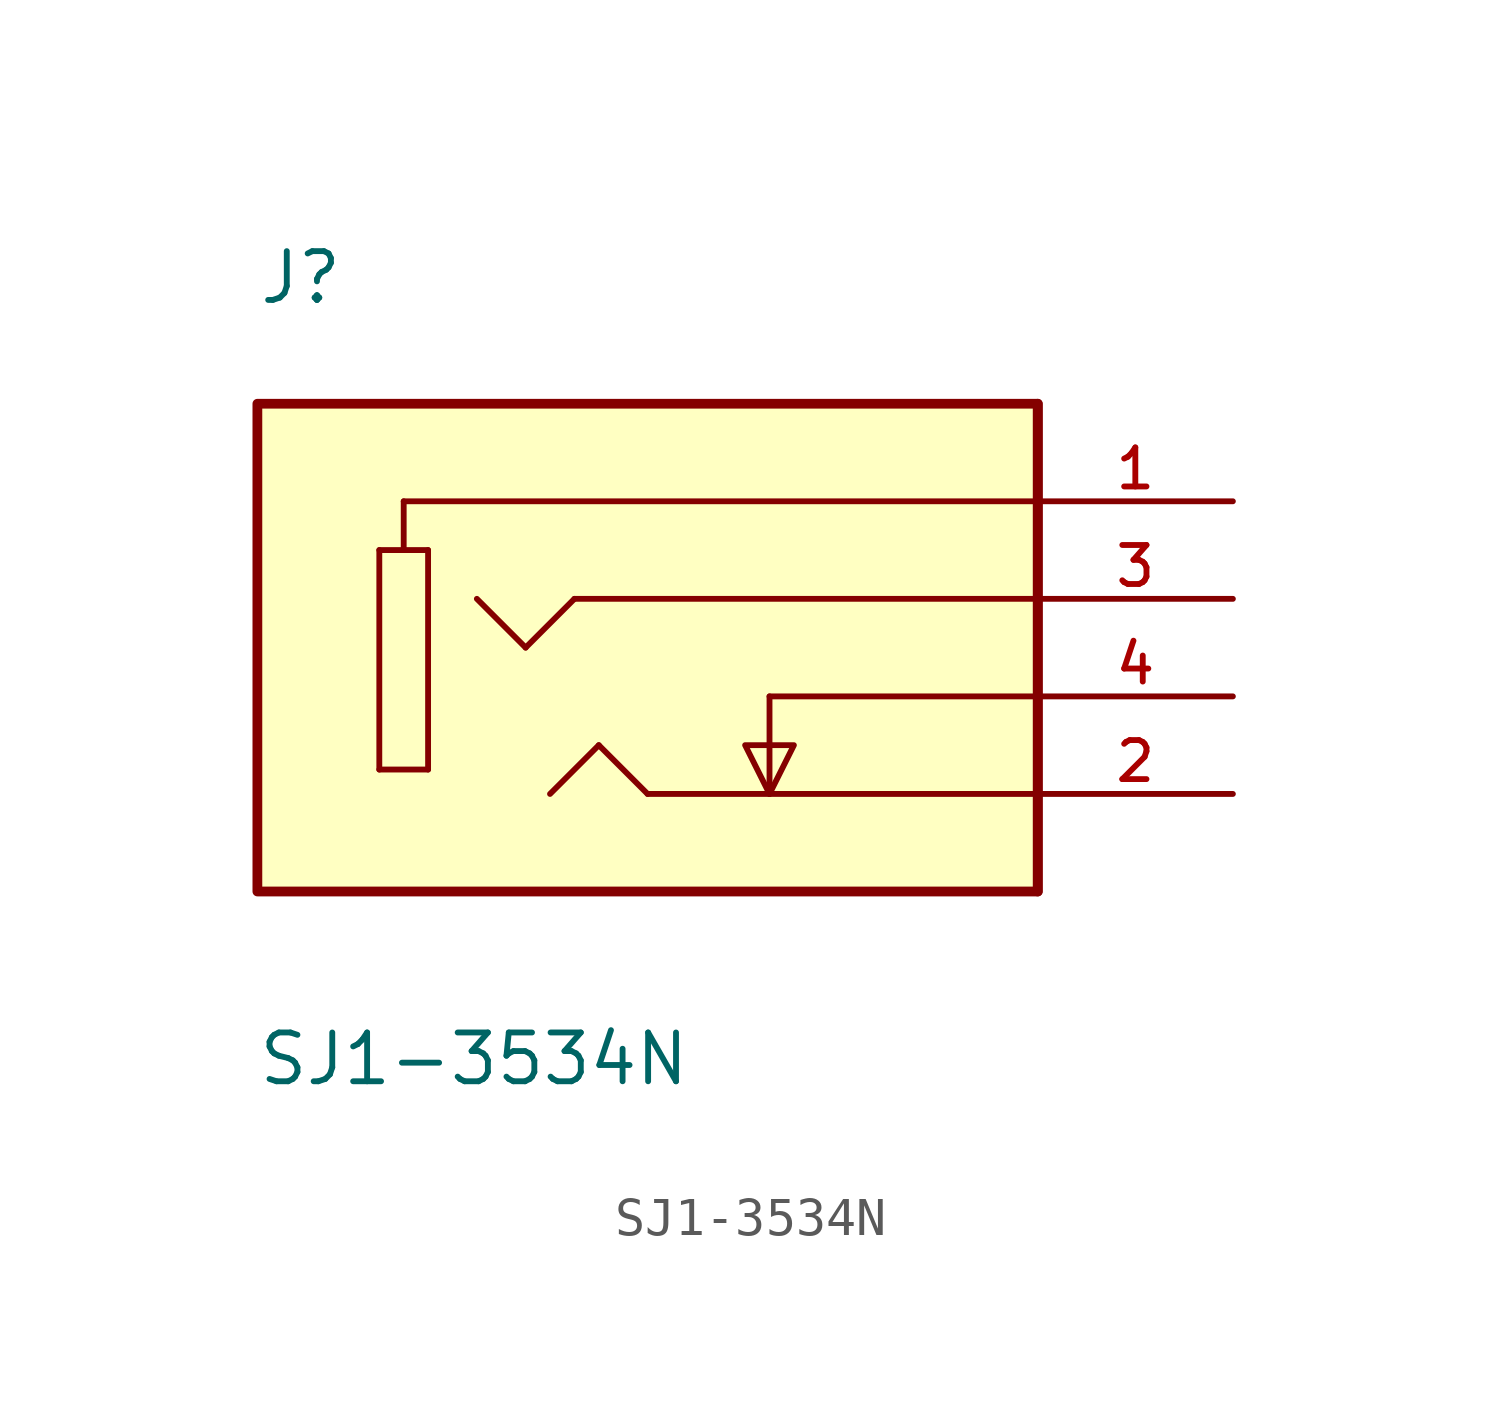
<source format=kicad_sym>
(kicad_symbol_lib
  (version 20211014)
  (generator kicad_symbol_editor)
  (symbol "SJ1-3534N"
    (pin_names
      (offset 1.016) hide)
    (property "Reference" "J"
      (at -10.16 7.62 0)
      (effects (font (size 1.27 1.27)) (justify left bottom)))
    (property "Value" "SJ1-3534N"
      (at -10.185 -12.725 0)
      (effects (font (size 1.27 1.27)) (justify left bottom)))
    (property "ki_locked" ""
      (at 0 0 0)
      (effects (font (size 1.27 1.27))))
    (symbol "SJ1-3534N_0_0"
      (rectangle (start -10.16 -7.62) (end 10.16 5.08) (stroke (width 0.254) (type default) (color 0 0 0 0)) (fill (type background)))
      (polyline (pts (xy -6.985 -4.445) (xy -6.985 1.27)) (stroke (width 0.152) (type default) (color 0 0 0 0)) (fill (type none)))
      (polyline (pts (xy -6.985 1.27) (xy -6.35 1.27)) (stroke (width 0.152) (type default) (color 0 0 0 0)) (fill (type none)))
      (polyline (pts (xy -6.35 1.27) (xy -5.715 1.27)) (stroke (width 0.152) (type default) (color 0 0 0 0)) (fill (type none)))
      (polyline (pts (xy -6.35 2.54) (xy -6.35 1.27)) (stroke (width 0.152) (type default) (color 0 0 0 0)) (fill (type none)))
      (polyline (pts (xy -5.715 -4.445) (xy -6.985 -4.445)) (stroke (width 0.152) (type default) (color 0 0 0 0)) (fill (type none)))
      (polyline (pts (xy -5.715 1.27) (xy -5.715 -4.445)) (stroke (width 0.152) (type default) (color 0 0 0 0)) (fill (type none)))
      (polyline (pts (xy -3.175 -1.27) (xy -4.445 0)) (stroke (width 0.152) (type default) (color 0 0 0 0)) (fill (type none)))
      (polyline (pts (xy -1.905 0) (xy -3.175 -1.27)) (stroke (width 0.152) (type default) (color 0 0 0 0)) (fill (type none)))
      (polyline (pts (xy -1.27 -3.81) (xy -2.54 -5.08)) (stroke (width 0.152) (type default) (color 0 0 0 0)) (fill (type none)))
      (polyline (pts (xy 0 -5.08) (xy -1.27 -3.81)) (stroke (width 0.152) (type default) (color 0 0 0 0)) (fill (type none)))
      (polyline (pts (xy 3.175 -5.08) (xy 0 -5.08)) (stroke (width 0.152) (type default) (color 0 0 0 0)) (fill (type none)))
      (polyline (pts (xy 3.175 -2.54) (xy 3.175 -5.08)) (stroke (width 0.152) (type default) (color 0 0 0 0)) (fill (type none)))
      (polyline (pts (xy 10.16 -7.62) (xy 10.16 5.08)) (stroke (width 0.254) (type default) (color 0 0 0 0)) (fill (type none)))
      (polyline (pts (xy 10.16 -5.08) (xy 3.175 -5.08)) (stroke (width 0.152) (type default) (color 0 0 0 0)) (fill (type none)))
      (polyline (pts (xy 10.16 -2.54) (xy 3.175 -2.54)) (stroke (width 0.152) (type default) (color 0 0 0 0)) (fill (type none)))
      (polyline (pts (xy 10.16 0) (xy -1.905 0)) (stroke (width 0.152) (type default) (color 0 0 0 0)) (fill (type none)))
      (polyline (pts (xy 10.16 2.54) (xy -6.35 2.54)) (stroke (width 0.152) (type default) (color 0 0 0 0)) (fill (type none)))
      (polyline (pts (xy 3.175 -5.08) (xy 2.54 -3.81) (xy 3.81 -3.81) (xy 3.175 -5.08)) (stroke (width 0.152) (type default) (color 0 0 0 0)) (fill (type background)))
      (pin passive line (at 15.24 2.54 180) (length 5.08) (name "~" (effects (font (size 1.016 1.016)))) (number "1" (effects (font (size 1.016 1.016)))))
      (pin passive line (at 15.24 -5.08 180) (length 5.08) (name "~" (effects (font (size 1.016 1.016)))) (number "2" (effects (font (size 1.016 1.016)))))
      (pin passive line (at 15.24 0 180) (length 5.08) (name "~" (effects (font (size 1.016 1.016)))) (number "3" (effects (font (size 1.016 1.016)))))
      (pin passive line (at 15.24 -2.54 180) (length 5.08) (name "~" (effects (font (size 1.016 1.016)))) (number "4" (effects (font (size 1.016 1.016))))))))
</source>
